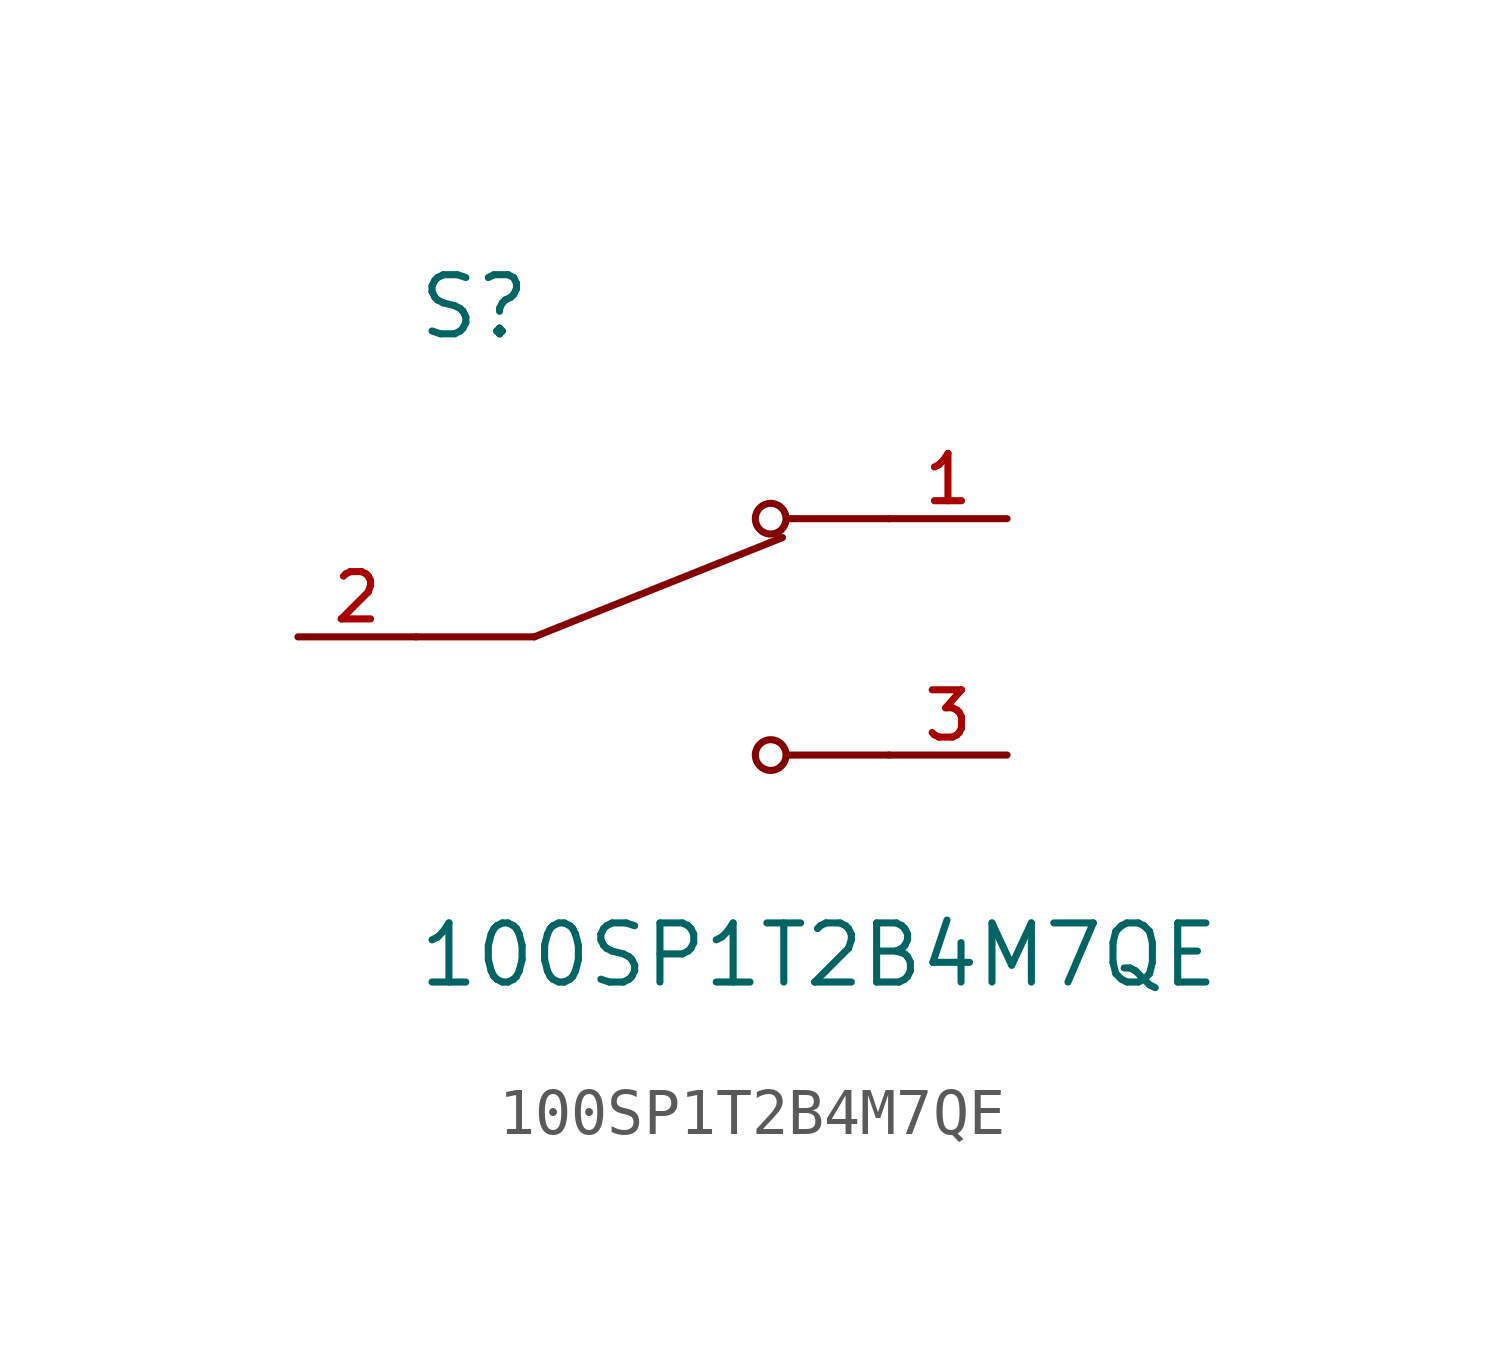
<source format=kicad_sym>
(kicad_symbol_lib
  (version 20211014)
  (generator kicad_symbol_editor)
  (symbol "100SP1T2B4M7QE"
    (pin_names
      (offset 1.016))
    (property "Reference" "S"
      (at -5.08 6.35 0)
      (effects (font (size 1.27 1.27)) (justify bottom left)))
    (property "Value" "100SP1T2B4M7QE"
      (at -5.08 -6.096 0)
      (effects (font (size 1.27 1.27)) (justify top left)))
    (symbol "100SP1T2B4M7QE_0_0"
      (polyline (pts (xy -2.54 0.0) (xy 2.794 2.134)) (stroke (width 0.152)))
      (circle (center 2.54 2.54) (radius 0.33) (stroke (width 0.152)) (fill (type none)))
      (circle (center 2.54 -2.54) (radius 0.33) (stroke (width 0.152)) (fill (type none)))
      (polyline (pts (xy 5.08 -2.54) (xy 2.921 -2.54)) (stroke (width 0.152)))
      (polyline (pts (xy 5.08 2.54) (xy 2.921 2.54)) (stroke (width 0.152)))
      (polyline (pts (xy -2.54 0.0) (xy -5.08 0.0)) (stroke (width 0.152)))
      (pin passive line (at 7.62 2.54 180.0) (length 2.54) (name "~" (effects (font (size 1.016 1.016)))) (number "1" (effects (font (size 1.016 1.016)))))
      (pin passive line (at -7.62 0.0 0) (length 2.54) (name "~" (effects (font (size 1.016 1.016)))) (number "2" (effects (font (size 1.016 1.016)))))
      (pin passive line (at 7.62 -2.54 180.0) (length 2.54) (name "~" (effects (font (size 1.016 1.016)))) (number "3" (effects (font (size 1.016 1.016))))))))
</source>
